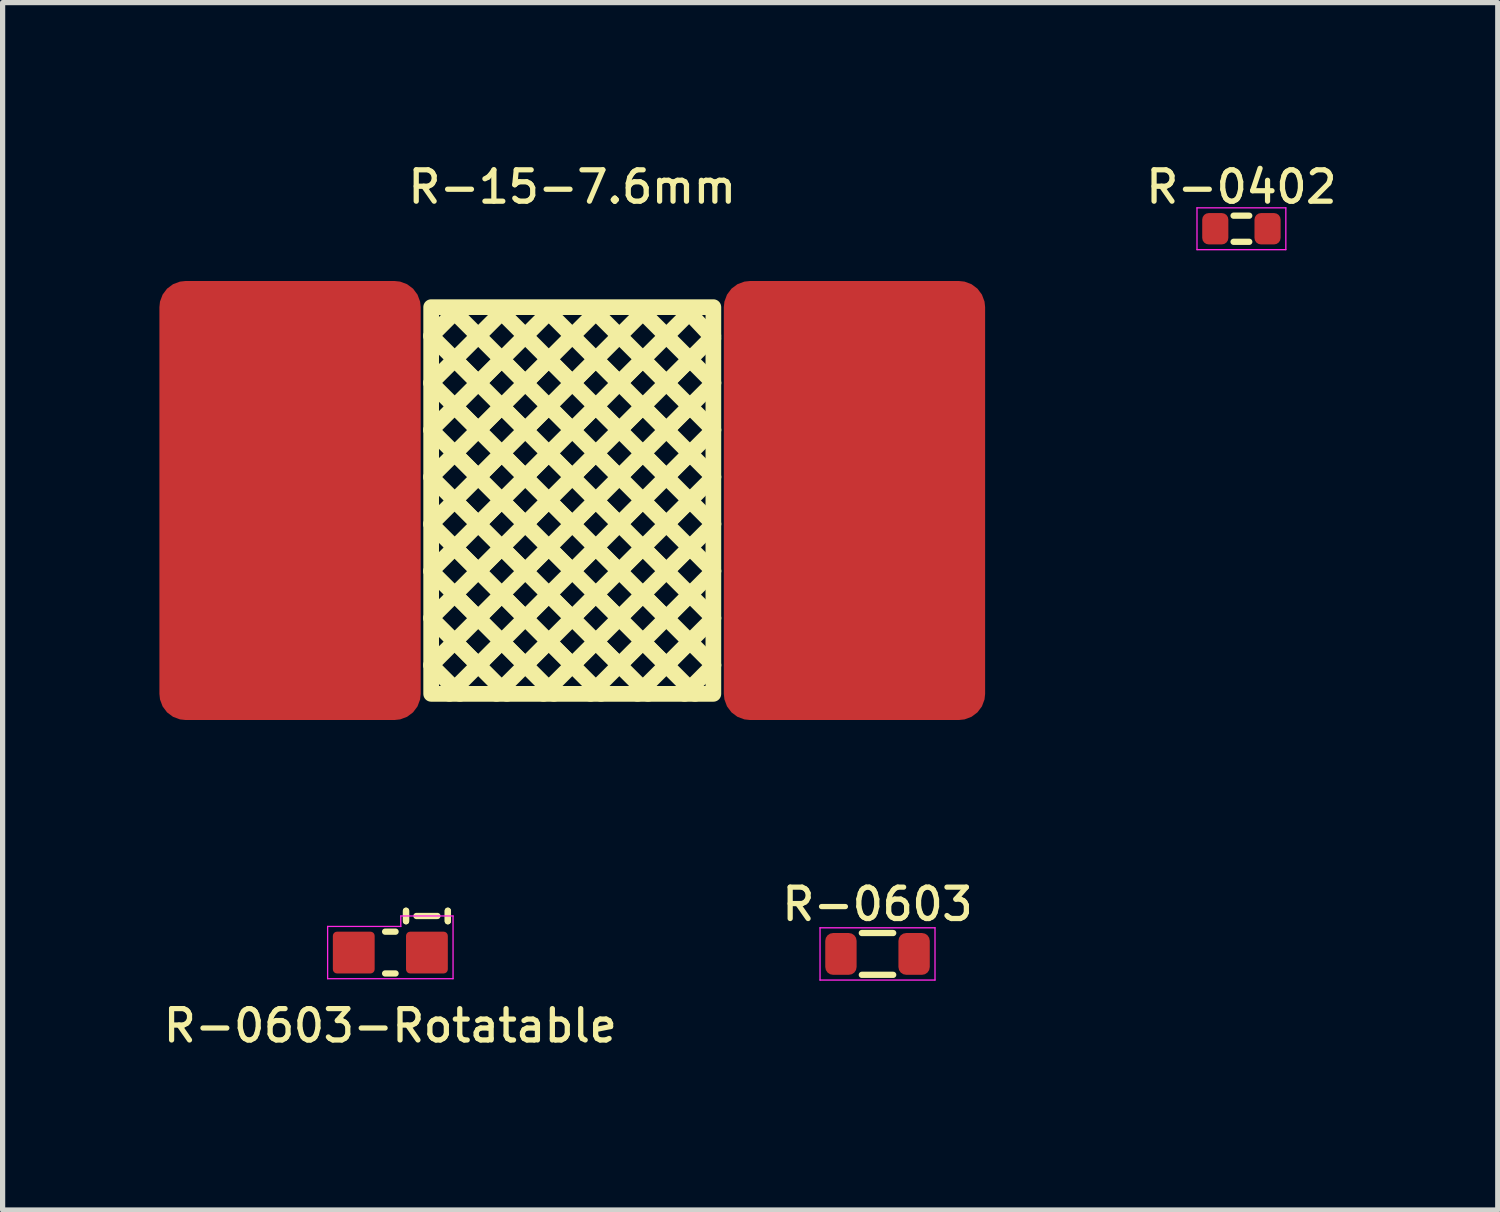
<source format=kicad_pcb>
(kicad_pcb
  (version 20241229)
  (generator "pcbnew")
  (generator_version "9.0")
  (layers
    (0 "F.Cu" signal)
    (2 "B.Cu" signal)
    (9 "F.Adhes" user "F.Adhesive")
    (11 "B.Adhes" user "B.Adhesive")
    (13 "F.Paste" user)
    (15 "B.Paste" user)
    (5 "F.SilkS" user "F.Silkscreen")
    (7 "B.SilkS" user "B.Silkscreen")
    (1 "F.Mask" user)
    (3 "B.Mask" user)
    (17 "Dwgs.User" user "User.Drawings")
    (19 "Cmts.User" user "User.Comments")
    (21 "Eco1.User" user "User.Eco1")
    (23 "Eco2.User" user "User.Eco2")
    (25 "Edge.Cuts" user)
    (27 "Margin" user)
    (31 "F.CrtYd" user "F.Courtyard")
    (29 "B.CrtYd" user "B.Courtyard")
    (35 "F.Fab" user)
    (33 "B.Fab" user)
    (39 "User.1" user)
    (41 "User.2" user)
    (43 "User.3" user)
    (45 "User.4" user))
  (footprint "R-0603-Rotatable"
    (layer "F.Cu")
    (at 4.419 15.177)
    (property "Reference" "R-0603-Rotatable" (at 0 1.4 0) (layer "F.SilkS") (effects (font (size 0.6 0.6) (thickness 0.1))))
    (attr through_hole)
    (fp_line (start -0.1 -0.4) (end 0.1 -0.4) (stroke (width 0.12) (type solid)) (layer "F.SilkS"))
    (fp_line (start -0.1 0.4) (end 0.1 0.4) (stroke (width 0.12) (type solid)) (layer "F.SilkS"))
    (fp_line (start 0.3 -0.8) (end 0.3 -0.6) (stroke (width 0.12) (type solid)) (layer "F.SilkS"))
    (fp_line (start 0.3 -0.6) (end 0.3 -0.8) (stroke (width 0.12) (type solid)) (layer "F.SilkS"))
    (fp_line (start 0.9 -0.7) (end 0.5 -0.7) (stroke (width 0.12) (type solid)) (layer "F.SilkS"))
    (fp_line (start 1.1 -0.8) (end 1.1 -0.6) (stroke (width 0.12) (type solid)) (layer "F.SilkS"))
    (fp_line (start 1.1 -0.6) (end 1.1 -0.8) (stroke (width 0.12) (type solid)) (layer "F.SilkS"))
    (fp_line (start -1.2 -0.5) (end 0.2 -0.5) (stroke (width 0.025) (type solid)) (layer "F.CrtYd"))
    (fp_line (start -1.2 0.5) (end -1.2 -0.5) (stroke (width 0.025) (type solid)) (layer "F.CrtYd"))
    (fp_line (start 0.2 -0.7) (end 1.2 -0.7) (stroke (width 0.025) (type solid)) (layer "F.CrtYd"))
    (fp_line (start 0.2 -0.5) (end 0.2 -0.7) (stroke (width 0.025) (type solid)) (layer "F.CrtYd"))
    (fp_line (start 1.2 -0.7) (end 1.2 0.5) (stroke (width 0.025) (type solid)) (layer "F.CrtYd"))
    (fp_line (start 1.2 0.5) (end -1.2 0.5) (stroke (width 0.025) (type solid)) (layer "F.CrtYd"))
    (fp_line (start -0.7 -0.4) (end -0.7 0.4) (stroke (width 0.1) (type default)) (layer "User.1"))
    (fp_line (start -0.7 0.4) (end 0.7 0.4) (stroke (width 0.1) (type default)) (layer "User.1"))
    (fp_line (start 0.3 -0.4) (end -0.7 -0.4) (stroke (width 0.1) (type default)) (layer "User.1"))
    (fp_line (start 0.3 -0.4) (end 0.3 -1.4) (stroke (width 0.1) (type default)) (layer "User.1"))
    (fp_line (start 0.7 0) (end 1.1 0) (stroke (width 0.1) (type default)) (layer "User.1"))
    (fp_line (start 0.7 0.4) (end 0.7 0) (stroke (width 0.1) (type default)) (layer "User.1"))
    (fp_line (start 1.1 -1.4) (end 0.3 -1.4) (stroke (width 0.1) (type default)) (layer "User.1"))
    (fp_line (start 1.1 -1.4) (end 1.1 0) (stroke (width 0.1) (type default)) (layer "User.1"))
    (pad "1" smd roundrect (at -0.7 0) (size 0.8 0.8) (layers "F.Cu" "F.Mask" "F.Paste") (roundrect_rratio 0.1))
    (pad "2" smd roundrect (at 0.7 0) (size 0.8 0.8) (layers "F.Cu" "F.Mask" "F.Paste") (roundrect_rratio 0.1)))
  (footprint "R-0603"
    (layer "F.Cu")
    (at 13.741 15.203)
    (property "Reference" "R-0603" (at 0 -0.95 0) (layer "F.SilkS") (effects (font (size 0.6 0.6) (thickness 0.1))))
    (attr through_hole)
    (fp_line (start -0.3 -0.4) (end 0.3 -0.4) (stroke (width 0.12) (type solid)) (layer "F.SilkS"))
    (fp_line (start -0.3 0.4) (end 0.3 0.4) (stroke (width 0.12) (type solid)) (layer "F.SilkS"))
    (fp_line (start -1.1 -0.5) (end 1.1 -0.5) (stroke (width 0.025) (type solid)) (layer "F.CrtYd"))
    (fp_line (start -1.1 0.5) (end -1.1 -0.5) (stroke (width 0.025) (type solid)) (layer "F.CrtYd"))
    (fp_line (start 1.1 -0.5) (end 1.1 0.5) (stroke (width 0.025) (type solid)) (layer "F.CrtYd"))
    (fp_line (start 1.1 0.5) (end -1.1 0.5) (stroke (width 0.025) (type solid)) (layer "F.CrtYd"))
    (pad "1" smd roundrect (at -0.7 0) (size 0.6 0.8) (layers "F.Cu" "F.Mask" "F.Paste") (roundrect_rratio 0.25))
    (pad "2" smd roundrect (at 0.7 0) (size 0.6 0.8) (layers "F.Cu" "F.Mask" "F.Paste") (roundrect_rratio 0.25)))
  (footprint "R-0402"
    (layer "F.Cu")
    (at 20.704 1.327)
    (property "Reference" "R-0402" (at 0 -0.8 0) (layer "F.SilkS") (effects (font (size 0.6 0.6) (thickness 0.1))))
    (attr through_hole)
    (fp_line (start -0.15 -0.25) (end 0.15 -0.25) (stroke (width 0.12) (type solid)) (layer "F.SilkS"))
    (fp_line (start -0.15 0.25) (end 0.15 0.25) (stroke (width 0.12) (type solid)) (layer "F.SilkS"))
    (fp_line (start -0.85 -0.4) (end 0.85 -0.4) (stroke (width 0.025) (type solid)) (layer "F.CrtYd"))
    (fp_line (start -0.85 0.4) (end -0.85 -0.4) (stroke (width 0.025) (type solid)) (layer "F.CrtYd"))
    (fp_line (start 0.85 -0.4) (end 0.85 0.4) (stroke (width 0.025) (type solid)) (layer "F.CrtYd"))
    (fp_line (start 0.85 0.4) (end -0.85 0.4) (stroke (width 0.025) (type solid)) (layer "F.CrtYd"))
    (pad "1" smd roundrect (at -0.5 0) (size 0.5 0.6) (layers "F.Cu" "F.Mask" "F.Paste") (roundrect_rratio 0.25))
    (pad "2" smd roundrect (at 0.5 0) (size 0.5 0.6) (layers "F.Cu" "F.Mask" "F.Paste") (roundrect_rratio 0.25)))
  (footprint "R-15-7.6mm"
    (layer "F.Cu")
    (at 7.9 6.527)
    (property "Reference" "R-15-7.6mm" (at 0 -6 0) (layer "F.SilkS") (effects (font (size 0.6 0.6) (thickness 0.1))))
    (attr through_hole)
    (fp_line (start -2.7 -2.25) (end -1.4 -3.55) (stroke (width 0.3) (type default)) (layer "F.SilkS"))
    (fp_line (start -2.7 -1.35) (end -1.4 -2.65) (stroke (width 0.3) (type default)) (layer "F.SilkS"))
    (fp_line (start -2.7 -0.45) (end -1.4 -1.75) (stroke (width 0.3) (type default)) (layer "F.SilkS"))
    (fp_line (start -2.7 0.45) (end -1.4 -0.85) (stroke (width 0.3) (type default)) (layer "F.SilkS"))
    (fp_line (start -2.7 1.35) (end -1.4 0.05) (stroke (width 0.3) (type default)) (layer "F.SilkS"))
    (fp_line (start -2.7 2.25) (end -1.4 0.95) (stroke (width 0.3) (type default)) (layer "F.SilkS"))
    (fp_line (start -2.7 3.15) (end -1.4 1.85) (stroke (width 0.3) (type default)) (layer "F.SilkS"))
    (fp_line (start -2.35 3.7) (end -1.4 2.75) (stroke (width 0.3) (type default)) (layer "F.SilkS"))
    (fp_line (start -2.2 -3.65) (end -2.7 -3.15) (stroke (width 0.3) (type default)) (layer "F.SilkS"))
    (fp_line (start -2.15 3.7) (end -2.7 3.15) (stroke (width 0.3) (type default)) (layer "F.SilkS"))
    (fp_line (start -1.8 -2.25) (end -2.7 -3.15) (stroke (width 0.3) (type default)) (layer "F.SilkS"))
    (fp_line (start -1.8 -2.25) (end -0.5 -3.55) (stroke (width 0.3) (type default)) (layer "F.SilkS"))
    (fp_line (start -1.8 -1.35) (end -2.7 -2.25) (stroke (width 0.3) (type default)) (layer "F.SilkS"))
    (fp_line (start -1.8 -1.35) (end -0.5 -2.65) (stroke (width 0.3) (type default)) (layer "F.SilkS"))
    (fp_line (start -1.8 -0.45) (end -2.7 -1.35) (stroke (width 0.3) (type default)) (layer "F.SilkS"))
    (fp_line (start -1.8 -0.45) (end -0.5 -1.75) (stroke (width 0.3) (type default)) (layer "F.SilkS"))
    (fp_line (start -1.8 0.45) (end -2.7 -0.45) (stroke (width 0.3) (type default)) (layer "F.SilkS"))
    (fp_line (start -1.8 0.45) (end -0.5 -0.85) (stroke (width 0.3) (type default)) (layer "F.SilkS"))
    (fp_line (start -1.8 1.35) (end -2.7 0.45) (stroke (width 0.3) (type default)) (layer "F.SilkS"))
    (fp_line (start -1.8 1.35) (end -0.5 0.05) (stroke (width 0.3) (type default)) (layer "F.SilkS"))
    (fp_line (start -1.8 2.25) (end -2.7 1.35) (stroke (width 0.3) (type default)) (layer "F.SilkS"))
    (fp_line (start -1.8 2.25) (end -0.5 0.95) (stroke (width 0.3) (type default)) (layer "F.SilkS"))
    (fp_line (start -1.8 3.15) (end -2.7 2.25) (stroke (width 0.3) (type default)) (layer "F.SilkS"))
    (fp_line (start -1.8 3.15) (end -0.5 1.85) (stroke (width 0.3) (type default)) (layer "F.SilkS"))
    (fp_line (start -1.45 3.7) (end -0.5 2.75) (stroke (width 0.3) (type default)) (layer "F.SilkS"))
    (fp_line (start -1.25 3.7) (end -2.2 2.75) (stroke (width 0.3) (type default)) (layer "F.SilkS"))
    (fp_line (start -0.9 -2.25) (end -2.2 -3.55) (stroke (width 0.3) (type default)) (layer "F.SilkS"))
    (fp_line (start -0.9 -2.25) (end 0.4 -3.55) (stroke (width 0.3) (type default)) (layer "F.SilkS"))
    (fp_line (start -0.9 -1.35) (end -2.2 -2.65) (stroke (width 0.3) (type default)) (layer "F.SilkS"))
    (fp_line (start -0.9 -1.35) (end 0.4 -2.65) (stroke (width 0.3) (type default)) (layer "F.SilkS"))
    (fp_line (start -0.9 -0.45) (end -2.2 -1.75) (stroke (width 0.3) (type default)) (layer "F.SilkS"))
    (fp_line (start -0.9 -0.45) (end 0.4 -1.75) (stroke (width 0.3) (type default)) (layer "F.SilkS"))
    (fp_line (start -0.9 0.45) (end -2.2 -0.85) (stroke (width 0.3) (type default)) (layer "F.SilkS"))
    (fp_line (start -0.9 0.45) (end 0.4 -0.85) (stroke (width 0.3) (type default)) (layer "F.SilkS"))
    (fp_line (start -0.9 1.35) (end -2.2 0.05) (stroke (width 0.3) (type default)) (layer "F.SilkS"))
    (fp_line (start -0.9 1.35) (end 0.4 0.05) (stroke (width 0.3) (type default)) (layer "F.SilkS"))
    (fp_line (start -0.9 2.25) (end -2.2 0.95) (stroke (width 0.3) (type default)) (layer "F.SilkS"))
    (fp_line (start -0.9 2.25) (end 0.4 0.95) (stroke (width 0.3) (type default)) (layer "F.SilkS"))
    (fp_line (start -0.9 3.15) (end -2.2 1.85) (stroke (width 0.3) (type default)) (layer "F.SilkS"))
    (fp_line (start -0.9 3.15) (end 0.4 1.85) (stroke (width 0.3) (type default)) (layer "F.SilkS"))
    (fp_line (start -0.55 3.7) (end 0.4 2.75) (stroke (width 0.3) (type default)) (layer "F.SilkS"))
    (fp_line (start -0.35 3.7) (end -1.3 2.75) (stroke (width 0.3) (type default)) (layer "F.SilkS"))
    (fp_line (start 0 -2.25) (end -1.3 -3.55) (stroke (width 0.3) (type default)) (layer "F.SilkS"))
    (fp_line (start 0 -2.25) (end 1.3 -3.55) (stroke (width 0.3) (type default)) (layer "F.SilkS"))
    (fp_line (start 0 -1.35) (end -1.3 -2.65) (stroke (width 0.3) (type default)) (layer "F.SilkS"))
    (fp_line (start 0 -1.35) (end 1.3 -2.65) (stroke (width 0.3) (type default)) (layer "F.SilkS"))
    (fp_line (start 0 -0.45) (end -1.3 -1.75) (stroke (width 0.3) (type default)) (layer "F.SilkS"))
    (fp_line (start 0 -0.45) (end 1.3 -1.75) (stroke (width 0.3) (type default)) (layer "F.SilkS"))
    (fp_line (start 0 0.45) (end -1.3 -0.85) (stroke (width 0.3) (type default)) (layer "F.SilkS"))
    (fp_line (start 0 0.45) (end 1.3 -0.85) (stroke (width 0.3) (type default)) (layer "F.SilkS"))
    (fp_line (start 0 1.35) (end -1.3 0.05) (stroke (width 0.3) (type default)) (layer "F.SilkS"))
    (fp_line (start 0 1.35) (end 1.3 0.05) (stroke (width 0.3) (type default)) (layer "F.SilkS"))
    (fp_line (start 0 2.25) (end -1.3 0.95) (stroke (width 0.3) (type default)) (layer "F.SilkS"))
    (fp_line (start 0 2.25) (end 1.3 0.95) (stroke (width 0.3) (type default)) (layer "F.SilkS"))
    (fp_line (start 0 3.15) (end -1.3 1.85) (stroke (width 0.3) (type default)) (layer "F.SilkS"))
    (fp_line (start 0 3.15) (end 1.3 1.85) (stroke (width 0.3) (type default)) (layer "F.SilkS"))
    (fp_line (start 0.35 3.7) (end 1.3 2.75) (stroke (width 0.3) (type default)) (layer "F.SilkS"))
    (fp_line (start 0.55 3.7) (end -0.4 2.75) (stroke (width 0.3) (type default)) (layer "F.SilkS"))
    (fp_line (start 0.9 -2.25) (end -0.4 -3.55) (stroke (width 0.3) (type default)) (layer "F.SilkS"))
    (fp_line (start 0.9 -2.25) (end 2.2 -3.55) (stroke (width 0.3) (type default)) (layer "F.SilkS"))
    (fp_line (start 0.9 -1.35) (end -0.4 -2.65) (stroke (width 0.3) (type default)) (layer "F.SilkS"))
    (fp_line (start 0.9 -1.35) (end 2.2 -2.65) (stroke (width 0.3) (type default)) (layer "F.SilkS"))
    (fp_line (start 0.9 -0.45) (end -0.4 -1.75) (stroke (width 0.3) (type default)) (layer "F.SilkS"))
    (fp_line (start 0.9 -0.45) (end 2.2 -1.75) (stroke (width 0.3) (type default)) (layer "F.SilkS"))
    (fp_line (start 0.9 0.45) (end -0.4 -0.85) (stroke (width 0.3) (type default)) (layer "F.SilkS"))
    (fp_line (start 0.9 0.45) (end 2.2 -0.85) (stroke (width 0.3) (type default)) (layer "F.SilkS"))
    (fp_line (start 0.9 1.35) (end -0.4 0.05) (stroke (width 0.3) (type default)) (layer "F.SilkS"))
    (fp_line (start 0.9 1.35) (end 2.2 0.05) (stroke (width 0.3) (type default)) (layer "F.SilkS"))
    (fp_line (start 0.9 2.25) (end -0.4 0.95) (stroke (width 0.3) (type default)) (layer "F.SilkS"))
    (fp_line (start 0.9 2.25) (end 2.2 0.95) (stroke (width 0.3) (type default)) (layer "F.SilkS"))
    (fp_line (start 0.9 3.15) (end -0.4 1.85) (stroke (width 0.3) (type default)) (layer "F.SilkS"))
    (fp_line (start 0.9 3.15) (end 2.2 1.85) (stroke (width 0.3) (type default)) (layer "F.SilkS"))
    (fp_line (start 1.25 3.7) (end 2.2 2.75) (stroke (width 0.3) (type default)) (layer "F.SilkS"))
    (fp_line (start 1.45 3.7) (end 0.5 2.75) (stroke (width 0.3) (type default)) (layer "F.SilkS"))
    (fp_line (start 1.8 -2.25) (end 0.5 -3.55) (stroke (width 0.3) (type default)) (layer "F.SilkS"))
    (fp_line (start 1.8 -2.25) (end 2.7 -3.15) (stroke (width 0.3) (type default)) (layer "F.SilkS"))
    (fp_line (start 1.8 -1.35) (end 0.5 -2.65) (stroke (width 0.3) (type default)) (layer "F.SilkS"))
    (fp_line (start 1.8 -1.35) (end 2.7 -2.25) (stroke (width 0.3) (type default)) (layer "F.SilkS"))
    (fp_line (start 1.8 -0.45) (end 0.5 -1.75) (stroke (width 0.3) (type default)) (layer "F.SilkS"))
    (fp_line (start 1.8 -0.45) (end 2.7 -1.35) (stroke (width 0.3) (type default)) (layer "F.SilkS"))
    (fp_line (start 1.8 0.45) (end 0.5 -0.85) (stroke (width 0.3) (type default)) (layer "F.SilkS"))
    (fp_line (start 1.8 0.45) (end 2.7 -0.45) (stroke (width 0.3) (type default)) (layer "F.SilkS"))
    (fp_line (start 1.8 1.35) (end 0.5 0.05) (stroke (width 0.3) (type default)) (layer "F.SilkS"))
    (fp_line (start 1.8 1.35) (end 2.7 0.45) (stroke (width 0.3) (type default)) (layer "F.SilkS"))
    (fp_line (start 1.8 2.25) (end 0.5 0.95) (stroke (width 0.3) (type default)) (layer "F.SilkS"))
    (fp_line (start 1.8 2.25) (end 2.7 1.35) (stroke (width 0.3) (type default)) (layer "F.SilkS"))
    (fp_line (start 1.8 3.15) (end 0.5 1.85) (stroke (width 0.3) (type default)) (layer "F.SilkS"))
    (fp_line (start 1.8 3.15) (end 2.7 2.25) (stroke (width 0.3) (type default)) (layer "F.SilkS"))
    (fp_line (start 2.15 3.7) (end 2.7 3.15) (stroke (width 0.3) (type default)) (layer "F.SilkS"))
    (fp_line (start 2.35 3.7) (end 1.4 2.75) (stroke (width 0.3) (type default)) (layer "F.SilkS"))
    (fp_line (start 2.7 -3.1) (end 2.275 -3.55) (stroke (width 0.3) (type default)) (layer "F.SilkS"))
    (fp_line (start 2.7 -2.25) (end 1.4 -3.55) (stroke (width 0.3) (type default)) (layer "F.SilkS"))
    (fp_line (start 2.7 -1.35) (end 1.4 -2.65) (stroke (width 0.3) (type default)) (layer "F.SilkS"))
    (fp_line (start 2.7 -0.45) (end 1.4 -1.75) (stroke (width 0.3) (type default)) (layer "F.SilkS"))
    (fp_line (start 2.7 0.45) (end 1.4 -0.85) (stroke (width 0.3) (type default)) (layer "F.SilkS"))
    (fp_line (start 2.7 1.35) (end 1.4 0.05) (stroke (width 0.3) (type default)) (layer "F.SilkS"))
    (fp_line (start 2.7 2.25) (end 1.4 0.95) (stroke (width 0.3) (type default)) (layer "F.SilkS"))
    (fp_line (start 2.7 3.15) (end 1.4 1.85) (stroke (width 0.3) (type default)) (layer "F.SilkS"))
    (fp_rect (start -2.7 -3.7) (end 2.7 3.7) (stroke (width 0.3) (type default)) (fill no) (layer "F.SilkS"))
    (pad "1" smd roundrect (at -5.4 0) (size 5 8.4) (layers "F.Cu" "F.Mask" "F.Paste") (roundrect_rratio 0.1))
    (pad "2" smd roundrect (at 5.4 0) (size 5 8.4) (layers "F.Cu" "F.Mask" "F.Paste") (roundrect_rratio 0.1)))
  (gr_rect
    (start -3 -3)
    (end 25.609 20.103)
    (stroke (width 0.1) (type default))
    (fill no)
    (layer "Edge.Cuts")))
</source>
